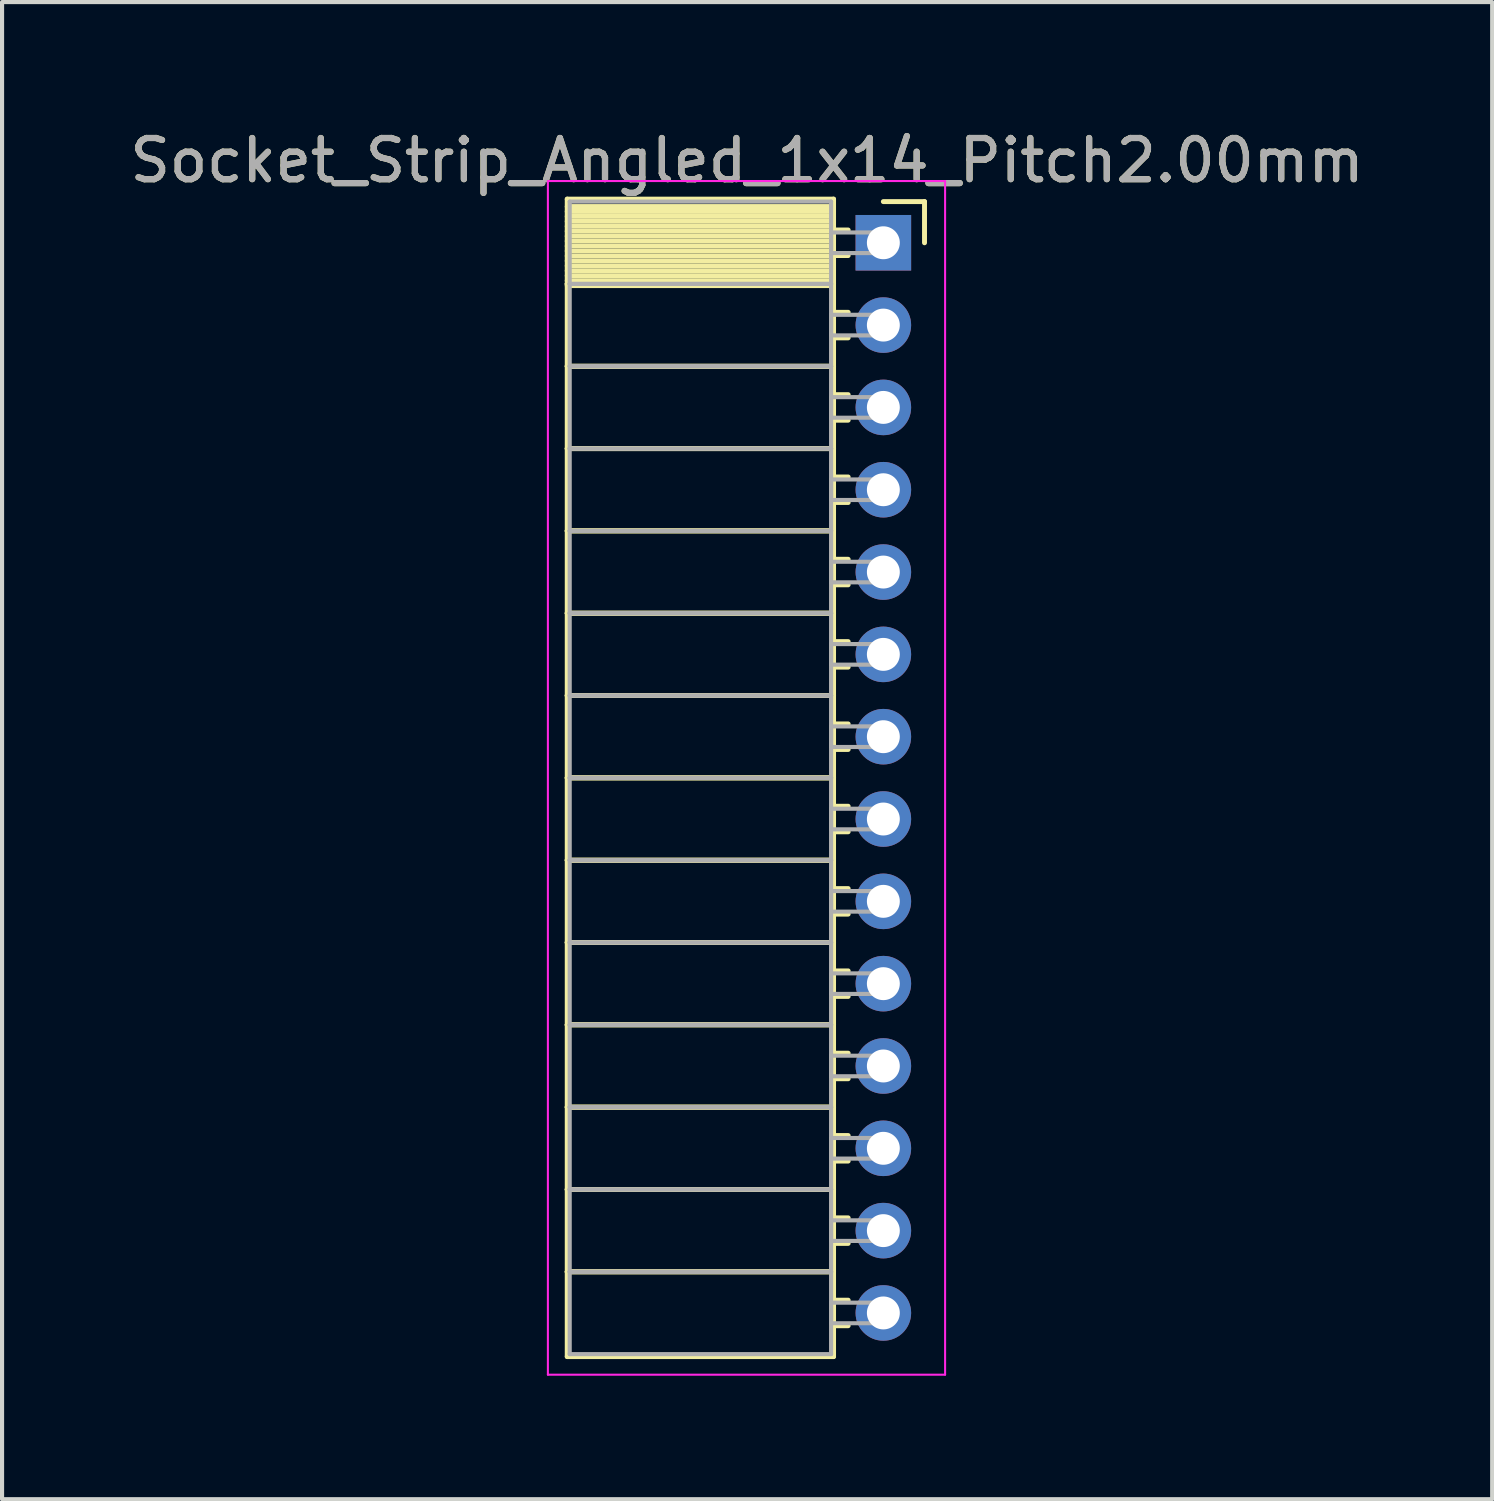
<source format=kicad_pcb>
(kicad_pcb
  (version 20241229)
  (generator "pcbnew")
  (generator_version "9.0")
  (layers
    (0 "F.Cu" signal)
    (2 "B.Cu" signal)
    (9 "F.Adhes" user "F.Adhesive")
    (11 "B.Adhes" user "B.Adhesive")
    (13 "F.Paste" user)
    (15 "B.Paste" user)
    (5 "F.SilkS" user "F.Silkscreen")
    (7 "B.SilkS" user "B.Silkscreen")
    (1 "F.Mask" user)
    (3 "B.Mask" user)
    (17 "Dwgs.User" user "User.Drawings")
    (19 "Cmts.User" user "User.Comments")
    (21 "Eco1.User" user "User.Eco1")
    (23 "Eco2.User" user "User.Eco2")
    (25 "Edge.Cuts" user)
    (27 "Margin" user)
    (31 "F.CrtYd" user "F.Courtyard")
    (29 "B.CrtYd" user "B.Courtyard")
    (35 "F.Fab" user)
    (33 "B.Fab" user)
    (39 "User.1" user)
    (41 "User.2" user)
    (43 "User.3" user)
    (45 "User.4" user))
  (footprint "Socket_Strip_Angled_1x14_Pitch2.00mm"
    (layer "F.Cu")
    (at 18.411 2.848)
    (property "Reference" "Socket_Strip_Angled_1x14_Pitch2.00mm" (at -3.31 -2 0) (layer "F.SilkS") (effects (font (size 1 1) (thickness 0.15))))
    (attr through_hole)
    (fp_line (start -7.68 -1.06) (end -1.21 -1.06) (stroke (width 0.12) (type solid)) (layer "F.SilkS"))
    (fp_line (start -7.68 1) (end -7.68 -1.06) (stroke (width 0.12) (type solid)) (layer "F.SilkS"))
    (fp_line (start -7.68 1) (end -1.21 1) (stroke (width 0.12) (type solid)) (layer "F.SilkS"))
    (fp_line (start -7.68 3) (end -7.68 1) (stroke (width 0.12) (type solid)) (layer "F.SilkS"))
    (fp_line (start -7.68 3) (end -1.21 3) (stroke (width 0.12) (type solid)) (layer "F.SilkS"))
    (fp_line (start -7.68 5) (end -7.68 3) (stroke (width 0.12) (type solid)) (layer "F.SilkS"))
    (fp_line (start -7.68 5) (end -1.21 5) (stroke (width 0.12) (type solid)) (layer "F.SilkS"))
    (fp_line (start -7.68 7) (end -7.68 5) (stroke (width 0.12) (type solid)) (layer "F.SilkS"))
    (fp_line (start -7.68 7) (end -1.21 7) (stroke (width 0.12) (type solid)) (layer "F.SilkS"))
    (fp_line (start -7.68 9) (end -7.68 7) (stroke (width 0.12) (type solid)) (layer "F.SilkS"))
    (fp_line (start -7.68 9) (end -1.21 9) (stroke (width 0.12) (type solid)) (layer "F.SilkS"))
    (fp_line (start -7.68 11) (end -7.68 9) (stroke (width 0.12) (type solid)) (layer "F.SilkS"))
    (fp_line (start -7.68 11) (end -1.21 11) (stroke (width 0.12) (type solid)) (layer "F.SilkS"))
    (fp_line (start -7.68 13) (end -7.68 11) (stroke (width 0.12) (type solid)) (layer "F.SilkS"))
    (fp_line (start -7.68 13) (end -1.21 13) (stroke (width 0.12) (type solid)) (layer "F.SilkS"))
    (fp_line (start -7.68 15) (end -7.68 13) (stroke (width 0.12) (type solid)) (layer "F.SilkS"))
    (fp_line (start -7.68 15) (end -1.21 15) (stroke (width 0.12) (type solid)) (layer "F.SilkS"))
    (fp_line (start -7.68 17) (end -7.68 15) (stroke (width 0.12) (type solid)) (layer "F.SilkS"))
    (fp_line (start -7.68 17) (end -1.21 17) (stroke (width 0.12) (type solid)) (layer "F.SilkS"))
    (fp_line (start -7.68 19) (end -7.68 17) (stroke (width 0.12) (type solid)) (layer "F.SilkS"))
    (fp_line (start -7.68 19) (end -1.21 19) (stroke (width 0.12) (type solid)) (layer "F.SilkS"))
    (fp_line (start -7.68 21) (end -7.68 19) (stroke (width 0.12) (type solid)) (layer "F.SilkS"))
    (fp_line (start -7.68 21) (end -1.21 21) (stroke (width 0.12) (type solid)) (layer "F.SilkS"))
    (fp_line (start -7.68 23) (end -7.68 21) (stroke (width 0.12) (type solid)) (layer "F.SilkS"))
    (fp_line (start -7.68 23) (end -1.21 23) (stroke (width 0.12) (type solid)) (layer "F.SilkS"))
    (fp_line (start -7.68 25) (end -7.68 23) (stroke (width 0.12) (type solid)) (layer "F.SilkS"))
    (fp_line (start -7.68 25) (end -1.21 25) (stroke (width 0.12) (type solid)) (layer "F.SilkS"))
    (fp_line (start -7.68 27.06) (end -7.68 25) (stroke (width 0.12) (type solid)) (layer "F.SilkS"))
    (fp_line (start -1.21 -1.06) (end -1.21 1) (stroke (width 0.12) (type solid)) (layer "F.SilkS"))
    (fp_line (start -1.21 -0.88) (end -7.68 -0.88) (stroke (width 0.12) (type solid)) (layer "F.SilkS"))
    (fp_line (start -1.21 -0.76) (end -7.68 -0.76) (stroke (width 0.12) (type solid)) (layer "F.SilkS"))
    (fp_line (start -1.21 -0.64) (end -7.68 -0.64) (stroke (width 0.12) (type solid)) (layer "F.SilkS"))
    (fp_line (start -1.21 -0.52) (end -7.68 -0.52) (stroke (width 0.12) (type solid)) (layer "F.SilkS"))
    (fp_line (start -1.21 -0.4) (end -7.68 -0.4) (stroke (width 0.12) (type solid)) (layer "F.SilkS"))
    (fp_line (start -1.21 -0.28) (end -7.68 -0.28) (stroke (width 0.12) (type solid)) (layer "F.SilkS"))
    (fp_line (start -1.21 -0.16) (end -7.68 -0.16) (stroke (width 0.12) (type solid)) (layer "F.SilkS"))
    (fp_line (start -1.21 -0.04) (end -7.68 -0.04) (stroke (width 0.12) (type solid)) (layer "F.SilkS"))
    (fp_line (start -1.21 0.08) (end -7.68 0.08) (stroke (width 0.12) (type solid)) (layer "F.SilkS"))
    (fp_line (start -1.21 0.2) (end -7.68 0.2) (stroke (width 0.12) (type solid)) (layer "F.SilkS"))
    (fp_line (start -1.21 0.32) (end -7.68 0.32) (stroke (width 0.12) (type solid)) (layer "F.SilkS"))
    (fp_line (start -1.21 0.44) (end -7.68 0.44) (stroke (width 0.12) (type solid)) (layer "F.SilkS"))
    (fp_line (start -1.21 0.56) (end -7.68 0.56) (stroke (width 0.12) (type solid)) (layer "F.SilkS"))
    (fp_line (start -1.21 0.68) (end -7.68 0.68) (stroke (width 0.12) (type solid)) (layer "F.SilkS"))
    (fp_line (start -1.21 0.8) (end -7.68 0.8) (stroke (width 0.12) (type solid)) (layer "F.SilkS"))
    (fp_line (start -1.21 0.92) (end -7.68 0.92) (stroke (width 0.12) (type solid)) (layer "F.SilkS"))
    (fp_line (start -1.21 1) (end -7.68 1) (stroke (width 0.12) (type solid)) (layer "F.SilkS"))
    (fp_line (start -1.21 1) (end -1.21 3) (stroke (width 0.12) (type solid)) (layer "F.SilkS"))
    (fp_line (start -1.21 1.04) (end -7.68 1.04) (stroke (width 0.12) (type solid)) (layer "F.SilkS"))
    (fp_line (start -1.21 3) (end -7.68 3) (stroke (width 0.12) (type solid)) (layer "F.SilkS"))
    (fp_line (start -1.21 3) (end -1.21 5) (stroke (width 0.12) (type solid)) (layer "F.SilkS"))
    (fp_line (start -1.21 5) (end -7.68 5) (stroke (width 0.12) (type solid)) (layer "F.SilkS"))
    (fp_line (start -1.21 5) (end -1.21 7) (stroke (width 0.12) (type solid)) (layer "F.SilkS"))
    (fp_line (start -1.21 7) (end -7.68 7) (stroke (width 0.12) (type solid)) (layer "F.SilkS"))
    (fp_line (start -1.21 7) (end -1.21 9) (stroke (width 0.12) (type solid)) (layer "F.SilkS"))
    (fp_line (start -1.21 9) (end -7.68 9) (stroke (width 0.12) (type solid)) (layer "F.SilkS"))
    (fp_line (start -1.21 9) (end -1.21 11) (stroke (width 0.12) (type solid)) (layer "F.SilkS"))
    (fp_line (start -1.21 11) (end -7.68 11) (stroke (width 0.12) (type solid)) (layer "F.SilkS"))
    (fp_line (start -1.21 11) (end -1.21 13) (stroke (width 0.12) (type solid)) (layer "F.SilkS"))
    (fp_line (start -1.21 13) (end -7.68 13) (stroke (width 0.12) (type solid)) (layer "F.SilkS"))
    (fp_line (start -1.21 13) (end -1.21 15) (stroke (width 0.12) (type solid)) (layer "F.SilkS"))
    (fp_line (start -1.21 15) (end -7.68 15) (stroke (width 0.12) (type solid)) (layer "F.SilkS"))
    (fp_line (start -1.21 15) (end -1.21 17) (stroke (width 0.12) (type solid)) (layer "F.SilkS"))
    (fp_line (start -1.21 17) (end -7.68 17) (stroke (width 0.12) (type solid)) (layer "F.SilkS"))
    (fp_line (start -1.21 17) (end -1.21 19) (stroke (width 0.12) (type solid)) (layer "F.SilkS"))
    (fp_line (start -1.21 19) (end -7.68 19) (stroke (width 0.12) (type solid)) (layer "F.SilkS"))
    (fp_line (start -1.21 19) (end -1.21 21) (stroke (width 0.12) (type solid)) (layer "F.SilkS"))
    (fp_line (start -1.21 21) (end -7.68 21) (stroke (width 0.12) (type solid)) (layer "F.SilkS"))
    (fp_line (start -1.21 21) (end -1.21 23) (stroke (width 0.12) (type solid)) (layer "F.SilkS"))
    (fp_line (start -1.21 23) (end -7.68 23) (stroke (width 0.12) (type solid)) (layer "F.SilkS"))
    (fp_line (start -1.21 23) (end -1.21 25) (stroke (width 0.12) (type solid)) (layer "F.SilkS"))
    (fp_line (start -1.21 25) (end -7.68 25) (stroke (width 0.12) (type solid)) (layer "F.SilkS"))
    (fp_line (start -1.21 25) (end -1.21 27.06) (stroke (width 0.12) (type solid)) (layer "F.SilkS"))
    (fp_line (start -1.21 27.06) (end -7.68 27.06) (stroke (width 0.12) (type solid)) (layer "F.SilkS"))
    (fp_line (start -0.855 -0.31) (end -1.21 -0.31) (stroke (width 0.12) (type solid)) (layer "F.SilkS"))
    (fp_line (start -0.855 0.31) (end -1.21 0.31) (stroke (width 0.12) (type solid)) (layer "F.SilkS"))
    (fp_line (start -0.855 1.69) (end -1.21 1.69) (stroke (width 0.12) (type solid)) (layer "F.SilkS"))
    (fp_line (start -0.855 2.31) (end -1.21 2.31) (stroke (width 0.12) (type solid)) (layer "F.SilkS"))
    (fp_line (start -0.855 3.69) (end -1.21 3.69) (stroke (width 0.12) (type solid)) (layer "F.SilkS"))
    (fp_line (start -0.855 4.31) (end -1.21 4.31) (stroke (width 0.12) (type solid)) (layer "F.SilkS"))
    (fp_line (start -0.855 5.69) (end -1.21 5.69) (stroke (width 0.12) (type solid)) (layer "F.SilkS"))
    (fp_line (start -0.855 6.31) (end -1.21 6.31) (stroke (width 0.12) (type solid)) (layer "F.SilkS"))
    (fp_line (start -0.855 7.69) (end -1.21 7.69) (stroke (width 0.12) (type solid)) (layer "F.SilkS"))
    (fp_line (start -0.855 8.31) (end -1.21 8.31) (stroke (width 0.12) (type solid)) (layer "F.SilkS"))
    (fp_line (start -0.855 9.69) (end -1.21 9.69) (stroke (width 0.12) (type solid)) (layer "F.SilkS"))
    (fp_line (start -0.855 10.31) (end -1.21 10.31) (stroke (width 0.12) (type solid)) (layer "F.SilkS"))
    (fp_line (start -0.855 11.69) (end -1.21 11.69) (stroke (width 0.12) (type solid)) (layer "F.SilkS"))
    (fp_line (start -0.855 12.31) (end -1.21 12.31) (stroke (width 0.12) (type solid)) (layer "F.SilkS"))
    (fp_line (start -0.855 13.69) (end -1.21 13.69) (stroke (width 0.12) (type solid)) (layer "F.SilkS"))
    (fp_line (start -0.855 14.31) (end -1.21 14.31) (stroke (width 0.12) (type solid)) (layer "F.SilkS"))
    (fp_line (start -0.855 15.69) (end -1.21 15.69) (stroke (width 0.12) (type solid)) (layer "F.SilkS"))
    (fp_line (start -0.855 16.31) (end -1.21 16.31) (stroke (width 0.12) (type solid)) (layer "F.SilkS"))
    (fp_line (start -0.855 17.69) (end -1.21 17.69) (stroke (width 0.12) (type solid)) (layer "F.SilkS"))
    (fp_line (start -0.855 18.31) (end -1.21 18.31) (stroke (width 0.12) (type solid)) (layer "F.SilkS"))
    (fp_line (start -0.855 19.69) (end -1.21 19.69) (stroke (width 0.12) (type solid)) (layer "F.SilkS"))
    (fp_line (start -0.855 20.31) (end -1.21 20.31) (stroke (width 0.12) (type solid)) (layer "F.SilkS"))
    (fp_line (start -0.855 21.69) (end -1.21 21.69) (stroke (width 0.12) (type solid)) (layer "F.SilkS"))
    (fp_line (start -0.855 22.31) (end -1.21 22.31) (stroke (width 0.12) (type solid)) (layer "F.SilkS"))
    (fp_line (start -0.855 23.69) (end -1.21 23.69) (stroke (width 0.12) (type solid)) (layer "F.SilkS"))
    (fp_line (start -0.855 24.31) (end -1.21 24.31) (stroke (width 0.12) (type solid)) (layer "F.SilkS"))
    (fp_line (start -0.855 25.69) (end -1.21 25.69) (stroke (width 0.12) (type solid)) (layer "F.SilkS"))
    (fp_line (start -0.855 26.31) (end -1.21 26.31) (stroke (width 0.12) (type solid)) (layer "F.SilkS"))
    (fp_line (start 0 -1) (end 1 -1) (stroke (width 0.12) (type solid)) (layer "F.SilkS"))
    (fp_line (start 1 -1) (end 1 0) (stroke (width 0.12) (type solid)) (layer "F.SilkS"))
    (fp_line (start -8.15 -1.5) (end 1.5 -1.5) (stroke (width 0.05) (type solid)) (layer "F.CrtYd"))
    (fp_line (start -8.15 27.5) (end -8.15 -1.5) (stroke (width 0.05) (type solid)) (layer "F.CrtYd"))
    (fp_line (start 1.5 -1.5) (end 1.5 27.5) (stroke (width 0.05) (type solid)) (layer "F.CrtYd"))
    (fp_line (start 1.5 27.5) (end -8.15 27.5) (stroke (width 0.05) (type solid)) (layer "F.CrtYd"))
    (fp_line (start -7.62 -1) (end -1.27 -1) (stroke (width 0.1) (type solid)) (layer "F.Fab"))
    (fp_line (start -7.62 1) (end -7.62 -1) (stroke (width 0.1) (type solid)) (layer "F.Fab"))
    (fp_line (start -7.62 1) (end -1.27 1) (stroke (width 0.1) (type solid)) (layer "F.Fab"))
    (fp_line (start -7.62 3) (end -7.62 1) (stroke (width 0.1) (type solid)) (layer "F.Fab"))
    (fp_line (start -7.62 3) (end -1.27 3) (stroke (width 0.1) (type solid)) (layer "F.Fab"))
    (fp_line (start -7.62 5) (end -7.62 3) (stroke (width 0.1) (type solid)) (layer "F.Fab"))
    (fp_line (start -7.62 5) (end -1.27 5) (stroke (width 0.1) (type solid)) (layer "F.Fab"))
    (fp_line (start -7.62 7) (end -7.62 5) (stroke (width 0.1) (type solid)) (layer "F.Fab"))
    (fp_line (start -7.62 7) (end -1.27 7) (stroke (width 0.1) (type solid)) (layer "F.Fab"))
    (fp_line (start -7.62 9) (end -7.62 7) (stroke (width 0.1) (type solid)) (layer "F.Fab"))
    (fp_line (start -7.62 9) (end -1.27 9) (stroke (width 0.1) (type solid)) (layer "F.Fab"))
    (fp_line (start -7.62 11) (end -7.62 9) (stroke (width 0.1) (type solid)) (layer "F.Fab"))
    (fp_line (start -7.62 11) (end -1.27 11) (stroke (width 0.1) (type solid)) (layer "F.Fab"))
    (fp_line (start -7.62 13) (end -7.62 11) (stroke (width 0.1) (type solid)) (layer "F.Fab"))
    (fp_line (start -7.62 13) (end -1.27 13) (stroke (width 0.1) (type solid)) (layer "F.Fab"))
    (fp_line (start -7.62 15) (end -7.62 13) (stroke (width 0.1) (type solid)) (layer "F.Fab"))
    (fp_line (start -7.62 15) (end -1.27 15) (stroke (width 0.1) (type solid)) (layer "F.Fab"))
    (fp_line (start -7.62 17) (end -7.62 15) (stroke (width 0.1) (type solid)) (layer "F.Fab"))
    (fp_line (start -7.62 17) (end -1.27 17) (stroke (width 0.1) (type solid)) (layer "F.Fab"))
    (fp_line (start -7.62 19) (end -7.62 17) (stroke (width 0.1) (type solid)) (layer "F.Fab"))
    (fp_line (start -7.62 19) (end -1.27 19) (stroke (width 0.1) (type solid)) (layer "F.Fab"))
    (fp_line (start -7.62 21) (end -7.62 19) (stroke (width 0.1) (type solid)) (layer "F.Fab"))
    (fp_line (start -7.62 21) (end -1.27 21) (stroke (width 0.1) (type solid)) (layer "F.Fab"))
    (fp_line (start -7.62 23) (end -7.62 21) (stroke (width 0.1) (type solid)) (layer "F.Fab"))
    (fp_line (start -7.62 23) (end -1.27 23) (stroke (width 0.1) (type solid)) (layer "F.Fab"))
    (fp_line (start -7.62 25) (end -7.62 23) (stroke (width 0.1) (type solid)) (layer "F.Fab"))
    (fp_line (start -7.62 25) (end -1.27 25) (stroke (width 0.1) (type solid)) (layer "F.Fab"))
    (fp_line (start -7.62 27) (end -7.62 25) (stroke (width 0.1) (type solid)) (layer "F.Fab"))
    (fp_line (start -1.27 -1) (end -1.27 1) (stroke (width 0.1) (type solid)) (layer "F.Fab"))
    (fp_line (start -1.27 -0.25) (end 0 -0.25) (stroke (width 0.1) (type solid)) (layer "F.Fab"))
    (fp_line (start -1.27 0.25) (end -1.27 -0.25) (stroke (width 0.1) (type solid)) (layer "F.Fab"))
    (fp_line (start -1.27 1) (end -7.62 1) (stroke (width 0.1) (type solid)) (layer "F.Fab"))
    (fp_line (start -1.27 1) (end -1.27 3) (stroke (width 0.1) (type solid)) (layer "F.Fab"))
    (fp_line (start -1.27 1.75) (end 0 1.75) (stroke (width 0.1) (type solid)) (layer "F.Fab"))
    (fp_line (start -1.27 2.25) (end -1.27 1.75) (stroke (width 0.1) (type solid)) (layer "F.Fab"))
    (fp_line (start -1.27 3) (end -7.62 3) (stroke (width 0.1) (type solid)) (layer "F.Fab"))
    (fp_line (start -1.27 3) (end -1.27 5) (stroke (width 0.1) (type solid)) (layer "F.Fab"))
    (fp_line (start -1.27 3.75) (end 0 3.75) (stroke (width 0.1) (type solid)) (layer "F.Fab"))
    (fp_line (start -1.27 4.25) (end -1.27 3.75) (stroke (width 0.1) (type solid)) (layer "F.Fab"))
    (fp_line (start -1.27 5) (end -7.62 5) (stroke (width 0.1) (type solid)) (layer "F.Fab"))
    (fp_line (start -1.27 5) (end -1.27 7) (stroke (width 0.1) (type solid)) (layer "F.Fab"))
    (fp_line (start -1.27 5.75) (end 0 5.75) (stroke (width 0.1) (type solid)) (layer "F.Fab"))
    (fp_line (start -1.27 6.25) (end -1.27 5.75) (stroke (width 0.1) (type solid)) (layer "F.Fab"))
    (fp_line (start -1.27 7) (end -7.62 7) (stroke (width 0.1) (type solid)) (layer "F.Fab"))
    (fp_line (start -1.27 7) (end -1.27 9) (stroke (width 0.1) (type solid)) (layer "F.Fab"))
    (fp_line (start -1.27 7.75) (end 0 7.75) (stroke (width 0.1) (type solid)) (layer "F.Fab"))
    (fp_line (start -1.27 8.25) (end -1.27 7.75) (stroke (width 0.1) (type solid)) (layer "F.Fab"))
    (fp_line (start -1.27 9) (end -7.62 9) (stroke (width 0.1) (type solid)) (layer "F.Fab"))
    (fp_line (start -1.27 9) (end -1.27 11) (stroke (width 0.1) (type solid)) (layer "F.Fab"))
    (fp_line (start -1.27 9.75) (end 0 9.75) (stroke (width 0.1) (type solid)) (layer "F.Fab"))
    (fp_line (start -1.27 10.25) (end -1.27 9.75) (stroke (width 0.1) (type solid)) (layer "F.Fab"))
    (fp_line (start -1.27 11) (end -7.62 11) (stroke (width 0.1) (type solid)) (layer "F.Fab"))
    (fp_line (start -1.27 11) (end -1.27 13) (stroke (width 0.1) (type solid)) (layer "F.Fab"))
    (fp_line (start -1.27 11.75) (end 0 11.75) (stroke (width 0.1) (type solid)) (layer "F.Fab"))
    (fp_line (start -1.27 12.25) (end -1.27 11.75) (stroke (width 0.1) (type solid)) (layer "F.Fab"))
    (fp_line (start -1.27 13) (end -7.62 13) (stroke (width 0.1) (type solid)) (layer "F.Fab"))
    (fp_line (start -1.27 13) (end -1.27 15) (stroke (width 0.1) (type solid)) (layer "F.Fab"))
    (fp_line (start -1.27 13.75) (end 0 13.75) (stroke (width 0.1) (type solid)) (layer "F.Fab"))
    (fp_line (start -1.27 14.25) (end -1.27 13.75) (stroke (width 0.1) (type solid)) (layer "F.Fab"))
    (fp_line (start -1.27 15) (end -7.62 15) (stroke (width 0.1) (type solid)) (layer "F.Fab"))
    (fp_line (start -1.27 15) (end -1.27 17) (stroke (width 0.1) (type solid)) (layer "F.Fab"))
    (fp_line (start -1.27 15.75) (end 0 15.75) (stroke (width 0.1) (type solid)) (layer "F.Fab"))
    (fp_line (start -1.27 16.25) (end -1.27 15.75) (stroke (width 0.1) (type solid)) (layer "F.Fab"))
    (fp_line (start -1.27 17) (end -7.62 17) (stroke (width 0.1) (type solid)) (layer "F.Fab"))
    (fp_line (start -1.27 17) (end -1.27 19) (stroke (width 0.1) (type solid)) (layer "F.Fab"))
    (fp_line (start -1.27 17.75) (end 0 17.75) (stroke (width 0.1) (type solid)) (layer "F.Fab"))
    (fp_line (start -1.27 18.25) (end -1.27 17.75) (stroke (width 0.1) (type solid)) (layer "F.Fab"))
    (fp_line (start -1.27 19) (end -7.62 19) (stroke (width 0.1) (type solid)) (layer "F.Fab"))
    (fp_line (start -1.27 19) (end -1.27 21) (stroke (width 0.1) (type solid)) (layer "F.Fab"))
    (fp_line (start -1.27 19.75) (end 0 19.75) (stroke (width 0.1) (type solid)) (layer "F.Fab"))
    (fp_line (start -1.27 20.25) (end -1.27 19.75) (stroke (width 0.1) (type solid)) (layer "F.Fab"))
    (fp_line (start -1.27 21) (end -7.62 21) (stroke (width 0.1) (type solid)) (layer "F.Fab"))
    (fp_line (start -1.27 21) (end -1.27 23) (stroke (width 0.1) (type solid)) (layer "F.Fab"))
    (fp_line (start -1.27 21.75) (end 0 21.75) (stroke (width 0.1) (type solid)) (layer "F.Fab"))
    (fp_line (start -1.27 22.25) (end -1.27 21.75) (stroke (width 0.1) (type solid)) (layer "F.Fab"))
    (fp_line (start -1.27 23) (end -7.62 23) (stroke (width 0.1) (type solid)) (layer "F.Fab"))
    (fp_line (start -1.27 23) (end -1.27 25) (stroke (width 0.1) (type solid)) (layer "F.Fab"))
    (fp_line (start -1.27 23.75) (end 0 23.75) (stroke (width 0.1) (type solid)) (layer "F.Fab"))
    (fp_line (start -1.27 24.25) (end -1.27 23.75) (stroke (width 0.1) (type solid)) (layer "F.Fab"))
    (fp_line (start -1.27 25) (end -7.62 25) (stroke (width 0.1) (type solid)) (layer "F.Fab"))
    (fp_line (start -1.27 25) (end -1.27 27) (stroke (width 0.1) (type solid)) (layer "F.Fab"))
    (fp_line (start -1.27 25.75) (end 0 25.75) (stroke (width 0.1) (type solid)) (layer "F.Fab"))
    (fp_line (start -1.27 26.25) (end -1.27 25.75) (stroke (width 0.1) (type solid)) (layer "F.Fab"))
    (fp_line (start -1.27 27) (end -7.62 27) (stroke (width 0.1) (type solid)) (layer "F.Fab"))
    (fp_line (start 0 -0.25) (end 0 0.25) (stroke (width 0.1) (type solid)) (layer "F.Fab"))
    (fp_line (start 0 0.25) (end -1.27 0.25) (stroke (width 0.1) (type solid)) (layer "F.Fab"))
    (fp_line (start 0 1.75) (end 0 2.25) (stroke (width 0.1) (type solid)) (layer "F.Fab"))
    (fp_line (start 0 2.25) (end -1.27 2.25) (stroke (width 0.1) (type solid)) (layer "F.Fab"))
    (fp_line (start 0 3.75) (end 0 4.25) (stroke (width 0.1) (type solid)) (layer "F.Fab"))
    (fp_line (start 0 4.25) (end -1.27 4.25) (stroke (width 0.1) (type solid)) (layer "F.Fab"))
    (fp_line (start 0 5.75) (end 0 6.25) (stroke (width 0.1) (type solid)) (layer "F.Fab"))
    (fp_line (start 0 6.25) (end -1.27 6.25) (stroke (width 0.1) (type solid)) (layer "F.Fab"))
    (fp_line (start 0 7.75) (end 0 8.25) (stroke (width 0.1) (type solid)) (layer "F.Fab"))
    (fp_line (start 0 8.25) (end -1.27 8.25) (stroke (width 0.1) (type solid)) (layer "F.Fab"))
    (fp_line (start 0 9.75) (end 0 10.25) (stroke (width 0.1) (type solid)) (layer "F.Fab"))
    (fp_line (start 0 10.25) (end -1.27 10.25) (stroke (width 0.1) (type solid)) (layer "F.Fab"))
    (fp_line (start 0 11.75) (end 0 12.25) (stroke (width 0.1) (type solid)) (layer "F.Fab"))
    (fp_line (start 0 12.25) (end -1.27 12.25) (stroke (width 0.1) (type solid)) (layer "F.Fab"))
    (fp_line (start 0 13.75) (end 0 14.25) (stroke (width 0.1) (type solid)) (layer "F.Fab"))
    (fp_line (start 0 14.25) (end -1.27 14.25) (stroke (width 0.1) (type solid)) (layer "F.Fab"))
    (fp_line (start 0 15.75) (end 0 16.25) (stroke (width 0.1) (type solid)) (layer "F.Fab"))
    (fp_line (start 0 16.25) (end -1.27 16.25) (stroke (width 0.1) (type solid)) (layer "F.Fab"))
    (fp_line (start 0 17.75) (end 0 18.25) (stroke (width 0.1) (type solid)) (layer "F.Fab"))
    (fp_line (start 0 18.25) (end -1.27 18.25) (stroke (width 0.1) (type solid)) (layer "F.Fab"))
    (fp_line (start 0 19.75) (end 0 20.25) (stroke (width 0.1) (type solid)) (layer "F.Fab"))
    (fp_line (start 0 20.25) (end -1.27 20.25) (stroke (width 0.1) (type solid)) (layer "F.Fab"))
    (fp_line (start 0 21.75) (end 0 22.25) (stroke (width 0.1) (type solid)) (layer "F.Fab"))
    (fp_line (start 0 22.25) (end -1.27 22.25) (stroke (width 0.1) (type solid)) (layer "F.Fab"))
    (fp_line (start 0 23.75) (end 0 24.25) (stroke (width 0.1) (type solid)) (layer "F.Fab"))
    (fp_line (start 0 24.25) (end -1.27 24.25) (stroke (width 0.1) (type solid)) (layer "F.Fab"))
    (fp_line (start 0 25.75) (end 0 26.25) (stroke (width 0.1) (type solid)) (layer "F.Fab"))
    (fp_line (start 0 26.25) (end -1.27 26.25) (stroke (width 0.1) (type solid)) (layer "F.Fab"))
    (fp_text user "${REFERENCE}" (at -3.31 -2 0) (layer "F.Fab") (effects (font (size 1 1) (thickness 0.15))))
    (pad "1" thru_hole rect (at 0 0) (size 1.35 1.35) (drill 0.8) (layers "*.Cu" "*.Mask"))
    (pad "2" thru_hole oval (at 0 2) (size 1.35 1.35) (drill 0.8) (layers "*.Cu" "*.Mask"))
    (pad "3" thru_hole oval (at 0 4) (size 1.35 1.35) (drill 0.8) (layers "*.Cu" "*.Mask"))
    (pad "4" thru_hole oval (at 0 6) (size 1.35 1.35) (drill 0.8) (layers "*.Cu" "*.Mask"))
    (pad "5" thru_hole oval (at 0 8) (size 1.35 1.35) (drill 0.8) (layers "*.Cu" "*.Mask"))
    (pad "6" thru_hole oval (at 0 10) (size 1.35 1.35) (drill 0.8) (layers "*.Cu" "*.Mask"))
    (pad "7" thru_hole oval (at 0 12) (size 1.35 1.35) (drill 0.8) (layers "*.Cu" "*.Mask"))
    (pad "8" thru_hole oval (at 0 14) (size 1.35 1.35) (drill 0.8) (layers "*.Cu" "*.Mask"))
    (pad "9" thru_hole oval (at 0 16) (size 1.35 1.35) (drill 0.8) (layers "*.Cu" "*.Mask"))
    (pad "10" thru_hole oval (at 0 18) (size 1.35 1.35) (drill 0.8) (layers "*.Cu" "*.Mask"))
    (pad "11" thru_hole oval (at 0 20) (size 1.35 1.35) (drill 0.8) (layers "*.Cu" "*.Mask"))
    (pad "12" thru_hole oval (at 0 22) (size 1.35 1.35) (drill 0.8) (layers "*.Cu" "*.Mask"))
    (pad "13" thru_hole oval (at 0 24) (size 1.35 1.35) (drill 0.8) (layers "*.Cu" "*.Mask"))
    (pad "14" thru_hole oval (at 0 26) (size 1.35 1.35) (drill 0.8) (layers "*.Cu" "*.Mask")))
  (gr_rect
    (start -3 -3)
    (end 33.202 33.373)
    (stroke (width 0.1) (type default))
    (fill no)
    (layer "Edge.Cuts")))
</source>
